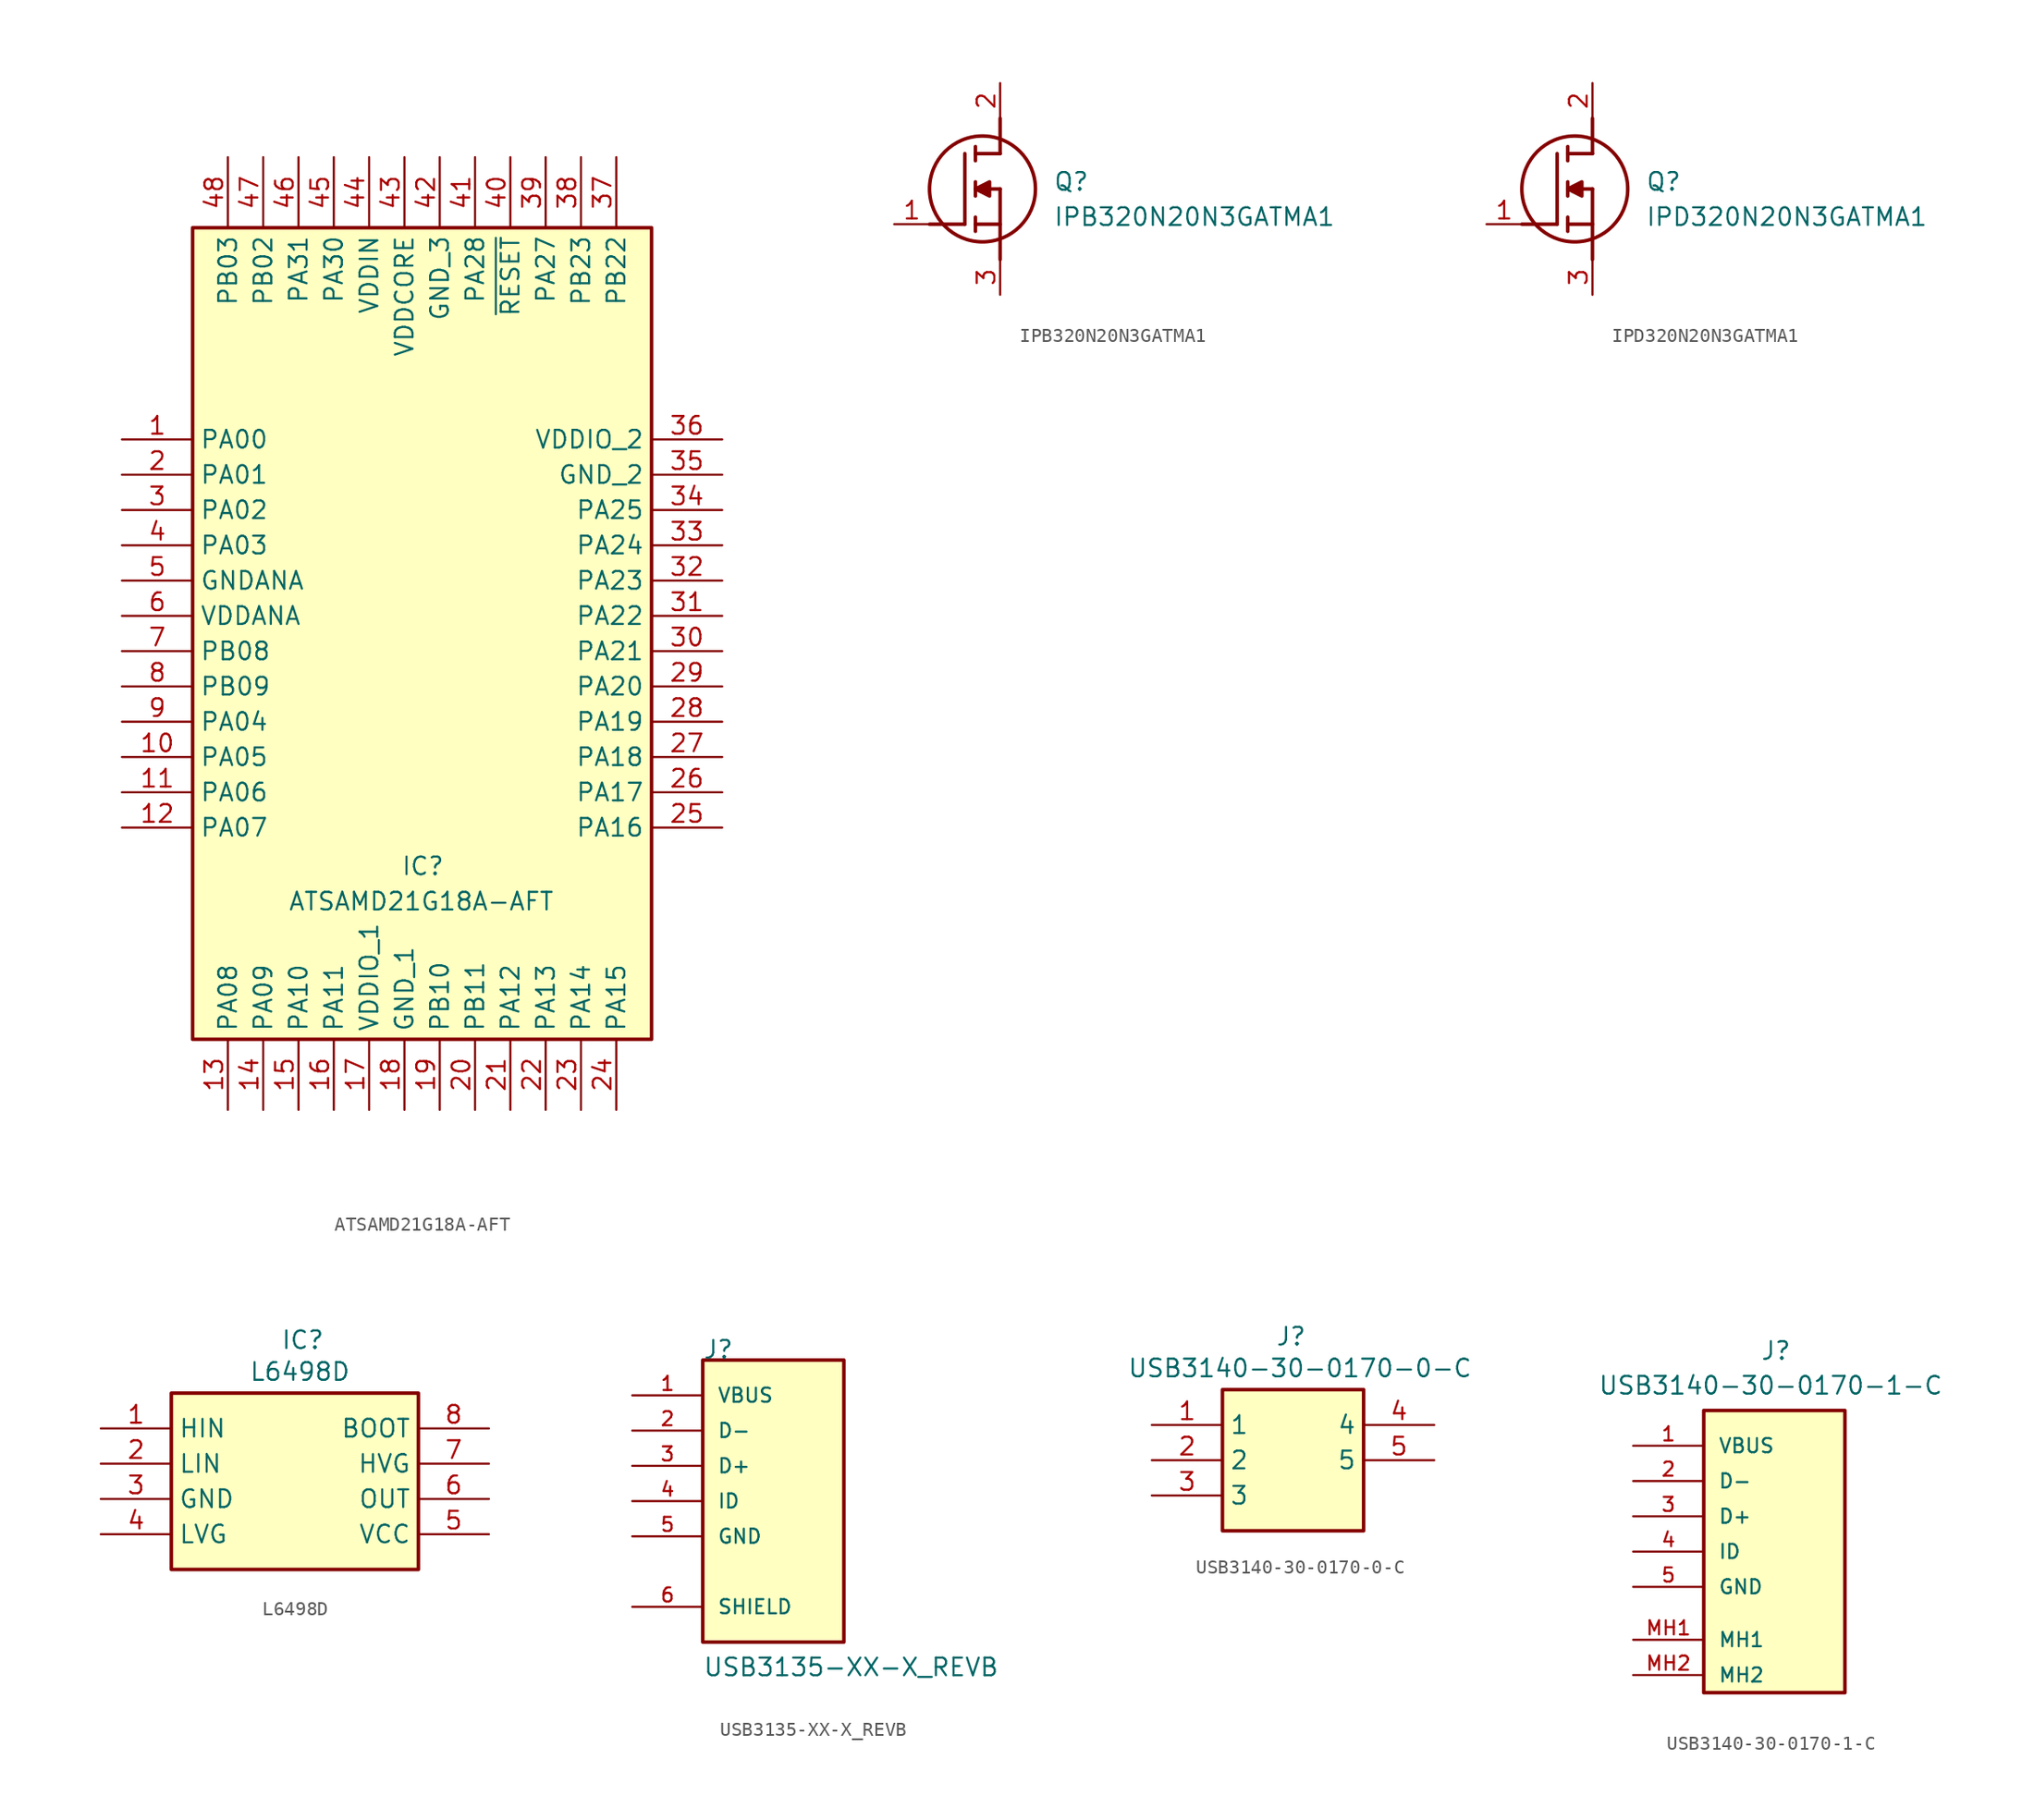
<source format=kicad_sym>
(kicad_symbol_lib
  (version 20241209)
  (generator "kicad_symbol_editor")
  (generator_version "9.0")
  (symbol "ATSAMD21G18A-AFT"
    (property "Reference" "IC"
      (at -1.524 -17.272 0)
      (effects (font (size 1.27 1.27)) (justify left top)))
    (property "Value" "ATSAMD21G18A-AFT"
      (at -9.652 -19.812 0)
      (effects (font (size 1.27 1.27)) (justify left top)))
    (symbol "ATSAMD21G18A-AFT_1_1"
      (rectangle (start -16.51 27.94) (end 16.51 -30.48) (stroke (width 0.254) (type default)) (fill (type background)))
      (pin passive line (at -21.59 12.7 0) (length 5.08) (name "PA00" (effects (font (size 1.27 1.27)))) (number "1" (effects (font (size 1.27 1.27)))))
      (pin passive line (at -21.59 10.16 0) (length 5.08) (name "PA01" (effects (font (size 1.27 1.27)))) (number "2" (effects (font (size 1.27 1.27)))))
      (pin passive line (at -21.59 7.62 0) (length 5.08) (name "PA02" (effects (font (size 1.27 1.27)))) (number "3" (effects (font (size 1.27 1.27)))))
      (pin passive line (at -21.59 5.08 0) (length 5.08) (name "PA03" (effects (font (size 1.27 1.27)))) (number "4" (effects (font (size 1.27 1.27)))))
      (pin passive line (at -21.59 2.54 0) (length 5.08) (name "GNDANA" (effects (font (size 1.27 1.27)))) (number "5" (effects (font (size 1.27 1.27)))))
      (pin passive line (at -21.59 0 0) (length 5.08) (name "VDDANA" (effects (font (size 1.27 1.27)))) (number "6" (effects (font (size 1.27 1.27)))))
      (pin passive line (at -21.59 -2.54 0) (length 5.08) (name "PB08" (effects (font (size 1.27 1.27)))) (number "7" (effects (font (size 1.27 1.27)))))
      (pin passive line (at -21.59 -5.08 0) (length 5.08) (name "PB09" (effects (font (size 1.27 1.27)))) (number "8" (effects (font (size 1.27 1.27)))))
      (pin passive line (at -21.59 -7.62 0) (length 5.08) (name "PA04" (effects (font (size 1.27 1.27)))) (number "9" (effects (font (size 1.27 1.27)))))
      (pin passive line (at -21.59 -10.16 0) (length 5.08) (name "PA05" (effects (font (size 1.27 1.27)))) (number "10" (effects (font (size 1.27 1.27)))))
      (pin passive line (at -21.59 -12.7 0) (length 5.08) (name "PA06" (effects (font (size 1.27 1.27)))) (number "11" (effects (font (size 1.27 1.27)))))
      (pin passive line (at -21.59 -15.24 0) (length 5.08) (name "PA07" (effects (font (size 1.27 1.27)))) (number "12" (effects (font (size 1.27 1.27)))))
      (pin passive line (at -13.97 33.02 270) (length 5.08) (name "PB03" (effects (font (size 1.27 1.27)))) (number "48" (effects (font (size 1.27 1.27)))))
      (pin passive line (at -13.97 -35.56 90) (length 5.08) (name "PA08" (effects (font (size 1.27 1.27)))) (number "13" (effects (font (size 1.27 1.27)))))
      (pin passive line (at -11.43 33.02 270) (length 5.08) (name "PB02" (effects (font (size 1.27 1.27)))) (number "47" (effects (font (size 1.27 1.27)))))
      (pin passive line (at -11.43 -35.56 90) (length 5.08) (name "PA09" (effects (font (size 1.27 1.27)))) (number "14" (effects (font (size 1.27 1.27)))))
      (pin passive line (at -8.89 33.02 270) (length 5.08) (name "PA31" (effects (font (size 1.27 1.27)))) (number "46" (effects (font (size 1.27 1.27)))))
      (pin passive line (at -8.89 -35.56 90) (length 5.08) (name "PA10" (effects (font (size 1.27 1.27)))) (number "15" (effects (font (size 1.27 1.27)))))
      (pin passive line (at -6.35 33.02 270) (length 5.08) (name "PA30" (effects (font (size 1.27 1.27)))) (number "45" (effects (font (size 1.27 1.27)))))
      (pin passive line (at -6.35 -35.56 90) (length 5.08) (name "PA11" (effects (font (size 1.27 1.27)))) (number "16" (effects (font (size 1.27 1.27)))))
      (pin passive line (at -3.81 33.02 270) (length 5.08) (name "VDDIN" (effects (font (size 1.27 1.27)))) (number "44" (effects (font (size 1.27 1.27)))))
      (pin passive line (at -3.81 -35.56 90) (length 5.08) (name "VDDIO_1" (effects (font (size 1.27 1.27)))) (number "17" (effects (font (size 1.27 1.27)))))
      (pin passive line (at -1.27 33.02 270) (length 5.08) (name "VDDCORE" (effects (font (size 1.27 1.27)))) (number "43" (effects (font (size 1.27 1.27)))))
      (pin passive line (at -1.27 -35.56 90) (length 5.08) (name "GND_1" (effects (font (size 1.27 1.27)))) (number "18" (effects (font (size 1.27 1.27)))))
      (pin passive line (at 1.27 33.02 270) (length 5.08) (name "GND_3" (effects (font (size 1.27 1.27)))) (number "42" (effects (font (size 1.27 1.27)))))
      (pin passive line (at 1.27 -35.56 90) (length 5.08) (name "PB10" (effects (font (size 1.27 1.27)))) (number "19" (effects (font (size 1.27 1.27)))))
      (pin passive line (at 3.81 33.02 270) (length 5.08) (name "PA28" (effects (font (size 1.27 1.27)))) (number "41" (effects (font (size 1.27 1.27)))))
      (pin passive line (at 3.81 -35.56 90) (length 5.08) (name "PB11" (effects (font (size 1.27 1.27)))) (number "20" (effects (font (size 1.27 1.27)))))
      (pin passive line (at 6.35 33.02 270) (length 5.08) (name "~{RESET}" (effects (font (size 1.27 1.27)))) (number "40" (effects (font (size 1.27 1.27)))))
      (pin passive line (at 6.35 -35.56 90) (length 5.08) (name "PA12" (effects (font (size 1.27 1.27)))) (number "21" (effects (font (size 1.27 1.27)))))
      (pin passive line (at 8.89 33.02 270) (length 5.08) (name "PA27" (effects (font (size 1.27 1.27)))) (number "39" (effects (font (size 1.27 1.27)))))
      (pin passive line (at 8.89 -35.56 90) (length 5.08) (name "PA13" (effects (font (size 1.27 1.27)))) (number "22" (effects (font (size 1.27 1.27)))))
      (pin passive line (at 11.43 33.02 270) (length 5.08) (name "PB23" (effects (font (size 1.27 1.27)))) (number "38" (effects (font (size 1.27 1.27)))))
      (pin passive line (at 11.43 -35.56 90) (length 5.08) (name "PA14" (effects (font (size 1.27 1.27)))) (number "23" (effects (font (size 1.27 1.27)))))
      (pin passive line (at 13.97 33.02 270) (length 5.08) (name "PB22" (effects (font (size 1.27 1.27)))) (number "37" (effects (font (size 1.27 1.27)))))
      (pin passive line (at 13.97 -35.56 90) (length 5.08) (name "PA15" (effects (font (size 1.27 1.27)))) (number "24" (effects (font (size 1.27 1.27)))))
      (pin passive line (at 21.59 12.7 180) (length 5.08) (name "VDDIO_2" (effects (font (size 1.27 1.27)))) (number "36" (effects (font (size 1.27 1.27)))))
      (pin passive line (at 21.59 10.16 180) (length 5.08) (name "GND_2" (effects (font (size 1.27 1.27)))) (number "35" (effects (font (size 1.27 1.27)))))
      (pin passive line (at 21.59 7.62 180) (length 5.08) (name "PA25" (effects (font (size 1.27 1.27)))) (number "34" (effects (font (size 1.27 1.27)))))
      (pin passive line (at 21.59 5.08 180) (length 5.08) (name "PA24" (effects (font (size 1.27 1.27)))) (number "33" (effects (font (size 1.27 1.27)))))
      (pin passive line (at 21.59 2.54 180) (length 5.08) (name "PA23" (effects (font (size 1.27 1.27)))) (number "32" (effects (font (size 1.27 1.27)))))
      (pin passive line (at 21.59 0 180) (length 5.08) (name "PA22" (effects (font (size 1.27 1.27)))) (number "31" (effects (font (size 1.27 1.27)))))
      (pin passive line (at 21.59 -2.54 180) (length 5.08) (name "PA21" (effects (font (size 1.27 1.27)))) (number "30" (effects (font (size 1.27 1.27)))))
      (pin passive line (at 21.59 -5.08 180) (length 5.08) (name "PA20" (effects (font (size 1.27 1.27)))) (number "29" (effects (font (size 1.27 1.27)))))
      (pin passive line (at 21.59 -7.62 180) (length 5.08) (name "PA19" (effects (font (size 1.27 1.27)))) (number "28" (effects (font (size 1.27 1.27)))))
      (pin passive line (at 21.59 -10.16 180) (length 5.08) (name "PA18" (effects (font (size 1.27 1.27)))) (number "27" (effects (font (size 1.27 1.27)))))
      (pin passive line (at 21.59 -12.7 180) (length 5.08) (name "PA17" (effects (font (size 1.27 1.27)))) (number "26" (effects (font (size 1.27 1.27)))))
      (pin passive line (at 21.59 -15.24 180) (length 5.08) (name "PA16" (effects (font (size 1.27 1.27)))) (number "25" (effects (font (size 1.27 1.27)))))))
  (symbol "IPB320N20N3GATMA1"
    (pin_names
      (hide yes))
    (property "Reference" "Q"
      (at 5.08 1.27 0)
      (effects (font (size 1.27 1.27)) (justify left top)))
    (property "Value" "IPB320N20N3GATMA1"
      (at 5.08 -1.27 0)
      (effects (font (size 1.27 1.27)) (justify left top)))
    (symbol "IPB320N20N3GATMA1_1_1"
      (polyline (pts (xy -3.81 -2.54) (xy -1.27 -2.54)) (stroke (width 0.254) (type default)) (fill (type none)))
      (polyline (pts (xy -1.27 2.54) (xy -1.27 -2.54)) (stroke (width 0.254) (type default)) (fill (type none)))
      (polyline (pts (xy -0.508 3.048) (xy -0.508 2.032)) (stroke (width 0.254) (type default)) (fill (type none)))
      (polyline (pts (xy -0.508 0) (xy 0.508 0.508) (xy 0.508 -0.508) (xy -0.508 0)) (stroke (width 0.254) (type default)) (fill (type outline)))
      (polyline (pts (xy -0.508 -0.508) (xy -0.508 0.508)) (stroke (width 0.254) (type default)) (fill (type none)))
      (polyline (pts (xy -0.508 -2.54) (xy 1.27 -2.54)) (stroke (width 0.254) (type default)) (fill (type none)))
      (polyline (pts (xy -0.508 -3.048) (xy -0.508 -2.032)) (stroke (width 0.254) (type default)) (fill (type none)))
      (circle (center 0 0) (radius 3.81) (stroke (width 0.254) (type default)) (fill (type none)))
      (polyline (pts (xy 1.27 2.54) (xy -0.508 2.54)) (stroke (width 0.254) (type default)) (fill (type none)))
      (polyline (pts (xy 1.27 2.54) (xy 1.27 5.08)) (stroke (width 0.254) (type default)) (fill (type none)))
      (polyline (pts (xy 1.27 0) (xy -0.508 0)) (stroke (width 0.254) (type default)) (fill (type none)))
      (polyline (pts (xy 1.27 0) (xy 1.27 -5.08)) (stroke (width 0.254) (type default)) (fill (type none)))
      (pin passive line (at -6.35 -2.54 0) (length 2.54) (name "G" (effects (font (size 1.27 1.27)))) (number "1" (effects (font (size 1.27 1.27)))))
      (pin passive line (at 1.27 7.62 270) (length 2.54) (name "D" (effects (font (size 1.27 1.27)))) (number "2" (effects (font (size 1.27 1.27)))))
      (pin passive line (at 1.27 -7.62 90) (length 2.54) (name "S" (effects (font (size 1.27 1.27)))) (number "3" (effects (font (size 1.27 1.27)))))))
  (symbol "IPD320N20N3GATMA1"
    (pin_names
      (hide yes))
    (property "Reference" "Q"
      (at 5.08 1.27 0)
      (effects (font (size 1.27 1.27)) (justify left top)))
    (property "Value" "IPD320N20N3GATMA1"
      (at 5.08 -1.27 0)
      (effects (font (size 1.27 1.27)) (justify left top)))
    (symbol "IPD320N20N3GATMA1_1_1"
      (polyline (pts (xy -3.81 -2.54) (xy -1.27 -2.54)) (stroke (width 0.254) (type default)) (fill (type none)))
      (polyline (pts (xy -1.27 2.54) (xy -1.27 -2.54)) (stroke (width 0.254) (type default)) (fill (type none)))
      (polyline (pts (xy -0.508 3.048) (xy -0.508 2.032)) (stroke (width 0.254) (type default)) (fill (type none)))
      (polyline (pts (xy -0.508 0) (xy 0.508 0.508) (xy 0.508 -0.508) (xy -0.508 0)) (stroke (width 0.254) (type default)) (fill (type outline)))
      (polyline (pts (xy -0.508 -0.508) (xy -0.508 0.508)) (stroke (width 0.254) (type default)) (fill (type none)))
      (polyline (pts (xy -0.508 -2.54) (xy 1.27 -2.54)) (stroke (width 0.254) (type default)) (fill (type none)))
      (polyline (pts (xy -0.508 -3.048) (xy -0.508 -2.032)) (stroke (width 0.254) (type default)) (fill (type none)))
      (circle (center 0 0) (radius 3.81) (stroke (width 0.254) (type default)) (fill (type none)))
      (polyline (pts (xy 1.27 2.54) (xy -0.508 2.54)) (stroke (width 0.254) (type default)) (fill (type none)))
      (polyline (pts (xy 1.27 2.54) (xy 1.27 5.08)) (stroke (width 0.254) (type default)) (fill (type none)))
      (polyline (pts (xy 1.27 0) (xy -0.508 0)) (stroke (width 0.254) (type default)) (fill (type none)))
      (polyline (pts (xy 1.27 0) (xy 1.27 -5.08)) (stroke (width 0.254) (type default)) (fill (type none)))
      (pin passive line (at -6.35 -2.54 0) (length 2.54) (name "G" (effects (font (size 1.27 1.27)))) (number "1" (effects (font (size 1.27 1.27)))))
      (pin passive line (at 1.27 7.62 270) (length 2.54) (name "D" (effects (font (size 1.27 1.27)))) (number "2" (effects (font (size 1.27 1.27)))))
      (pin passive line (at 1.27 -7.62 90) (length 2.54) (name "S" (effects (font (size 1.27 1.27)))) (number "3" (effects (font (size 1.27 1.27)))))))
  (symbol "L6498D"
    (property "Reference" "IC"
      (at -1.016 10.922 0)
      (effects (font (size 1.27 1.27)) (justify left top)))
    (property "Value" "L6498D"
      (at -3.302 8.636 0)
      (effects (font (size 1.27 1.27)) (justify left top)))
    (symbol "L6498D_1_1"
      (rectangle (start -8.89 6.35) (end 8.89 -6.35) (stroke (width 0.254) (type default)) (fill (type background)))
      (pin passive line (at -13.97 3.81 0) (length 5.08) (name "HIN" (effects (font (size 1.27 1.27)))) (number "1" (effects (font (size 1.27 1.27)))))
      (pin passive line (at -13.97 1.27 0) (length 5.08) (name "LIN" (effects (font (size 1.27 1.27)))) (number "2" (effects (font (size 1.27 1.27)))))
      (pin passive line (at -13.97 -1.27 0) (length 5.08) (name "GND" (effects (font (size 1.27 1.27)))) (number "3" (effects (font (size 1.27 1.27)))))
      (pin passive line (at -13.97 -3.81 0) (length 5.08) (name "LVG" (effects (font (size 1.27 1.27)))) (number "4" (effects (font (size 1.27 1.27)))))
      (pin passive line (at 13.97 3.81 180) (length 5.08) (name "BOOT" (effects (font (size 1.27 1.27)))) (number "8" (effects (font (size 1.27 1.27)))))
      (pin passive line (at 13.97 1.27 180) (length 5.08) (name "HVG" (effects (font (size 1.27 1.27)))) (number "7" (effects (font (size 1.27 1.27)))))
      (pin passive line (at 13.97 -1.27 180) (length 5.08) (name "OUT" (effects (font (size 1.27 1.27)))) (number "6" (effects (font (size 1.27 1.27)))))
      (pin passive line (at 13.97 -3.81 180) (length 5.08) (name "VCC" (effects (font (size 1.27 1.27)))) (number "5" (effects (font (size 1.27 1.27)))))))
  (symbol "USB3135-XX-X_REVB"
    (pin_names
      (offset 1.016))
    (property "Reference" "J"
      (at -5.089 10.177 0)
      (effects (font (size 1.27 1.27)) (justify left bottom)))
    (property "Value" "USB3135-XX-X_REVB"
      (at -5.085 -12.711 0)
      (effects (font (size 1.27 1.27)) (justify left bottom)))
    (symbol "USB3135-XX-X_REVB_0_0"
      (rectangle (start -5.08 -10.16) (end 5.08 10.16) (stroke (width 0.254) (type default)) (fill (type background)))
      (pin power_in line (at -10.16 7.62 0) (length 5.08) (name "VBUS" (effects (font (size 1.016 1.016)))) (number "1" (effects (font (size 1.016 1.016)))))
      (pin bidirectional line (at -10.16 5.08 0) (length 5.08) (name "D-" (effects (font (size 1.016 1.016)))) (number "2" (effects (font (size 1.016 1.016)))))
      (pin bidirectional line (at -10.16 2.54 0) (length 5.08) (name "D+" (effects (font (size 1.016 1.016)))) (number "3" (effects (font (size 1.016 1.016)))))
      (pin passive line (at -10.16 0 0) (length 5.08) (name "ID" (effects (font (size 1.016 1.016)))) (number "4" (effects (font (size 1.016 1.016)))))
      (pin power_in line (at -10.16 -2.54 0) (length 5.08) (name "GND" (effects (font (size 1.016 1.016)))) (number "5" (effects (font (size 1.016 1.016)))))
      (pin passive line (at -10.16 -7.62 0) (length 5.08) (name "SHIELD" (effects (font (size 1.016 1.016)))) (number "6" (effects (font (size 1.016 1.016)))))
      (pin passive line (at -10.16 -7.62 0) (length 5.08) (hide yes) (name "SHIELD" (effects (font (size 1.016 1.016)))) (number "7" (effects (font (size 1.016 1.016)))))
      (pin passive line (at -10.16 -7.62 0) (length 5.08) (hide yes) (name "SHIELD" (effects (font (size 1.016 1.016)))) (number "8" (effects (font (size 1.016 1.016)))))
      (pin passive line (at -10.16 -7.62 0) (length 5.08) (hide yes) (name "SHIELD" (effects (font (size 1.016 1.016)))) (number "9" (effects (font (size 1.016 1.016)))))))
  (symbol "USB3140-30-0170-0-C"
    (property "Reference" "J"
      (at -1.27 9.652 0)
      (effects (font (size 1.27 1.27)) (justify left top)))
    (property "Value" "USB3140-30-0170-0-C"
      (at -11.938 7.366 0)
      (effects (font (size 1.27 1.27)) (justify left top)))
    (symbol "USB3140-30-0170-0-C_1_1"
      (rectangle (start -5.08 5.08) (end 5.08 -5.08) (stroke (width 0.254) (type default)) (fill (type background)))
      (pin passive line (at -10.16 2.54 0) (length 5.08) (name "1" (effects (font (size 1.27 1.27)))) (number "1" (effects (font (size 1.27 1.27)))))
      (pin passive line (at -10.16 0 0) (length 5.08) (name "2" (effects (font (size 1.27 1.27)))) (number "2" (effects (font (size 1.27 1.27)))))
      (pin passive line (at -10.16 -2.54 0) (length 5.08) (name "3" (effects (font (size 1.27 1.27)))) (number "3" (effects (font (size 1.27 1.27)))))
      (pin passive line (at 10.16 2.54 180) (length 5.08) (name "4" (effects (font (size 1.27 1.27)))) (number "4" (effects (font (size 1.27 1.27)))))
      (pin passive line (at 10.16 0 180) (length 5.08) (name "5" (effects (font (size 1.27 1.27)))) (number "5" (effects (font (size 1.27 1.27)))))))
  (symbol "USB3140-30-0170-1-C"
    (pin_names
      (offset 1.016))
    (property "Reference" "J"
      (at -1.016 13.716 0)
      (effects (font (size 1.27 1.27)) (justify left bottom)))
    (property "Value" "USB3140-30-0170-1-C"
      (at -12.7 12.7 0)
      (effects (font (size 1.27 1.27)) (justify left top)))
    (symbol "USB3140-30-0170-1-C_0_0"
      (rectangle (start -5.08 -10.16) (end 5.08 10.16) (stroke (width 0.254) (type default)) (fill (type background)))
      (pin power_in line (at -10.16 7.62 0) (length 5.08) (name "VBUS" (effects (font (size 1.016 1.016)))) (number "1" (effects (font (size 1.016 1.016)))))
      (pin bidirectional line (at -10.16 5.08 0) (length 5.08) (name "D-" (effects (font (size 1.016 1.016)))) (number "2" (effects (font (size 1.016 1.016)))))
      (pin bidirectional line (at -10.16 2.54 0) (length 5.08) (name "D+" (effects (font (size 1.016 1.016)))) (number "3" (effects (font (size 1.016 1.016)))))
      (pin passive line (at -10.16 0 0) (length 5.08) (name "ID" (effects (font (size 1.016 1.016)))) (number "4" (effects (font (size 1.016 1.016)))))
      (pin power_in line (at -10.16 -2.54 0) (length 5.08) (name "GND" (effects (font (size 1.016 1.016)))) (number "5" (effects (font (size 1.016 1.016))))))
    (symbol "USB3140-30-0170-1-C_1_0"
      (pin power_in line (at -10.16 -6.35 0) (length 5.08) (name "MH1" (effects (font (size 1.016 1.016)))) (number "MH1" (effects (font (size 1.016 1.016)))))
      (pin power_in line (at -10.16 -8.89 0) (length 5.08) (name "MH2" (effects (font (size 1.016 1.016)))) (number "MH2" (effects (font (size 1.016 1.016))))))))
</source>
